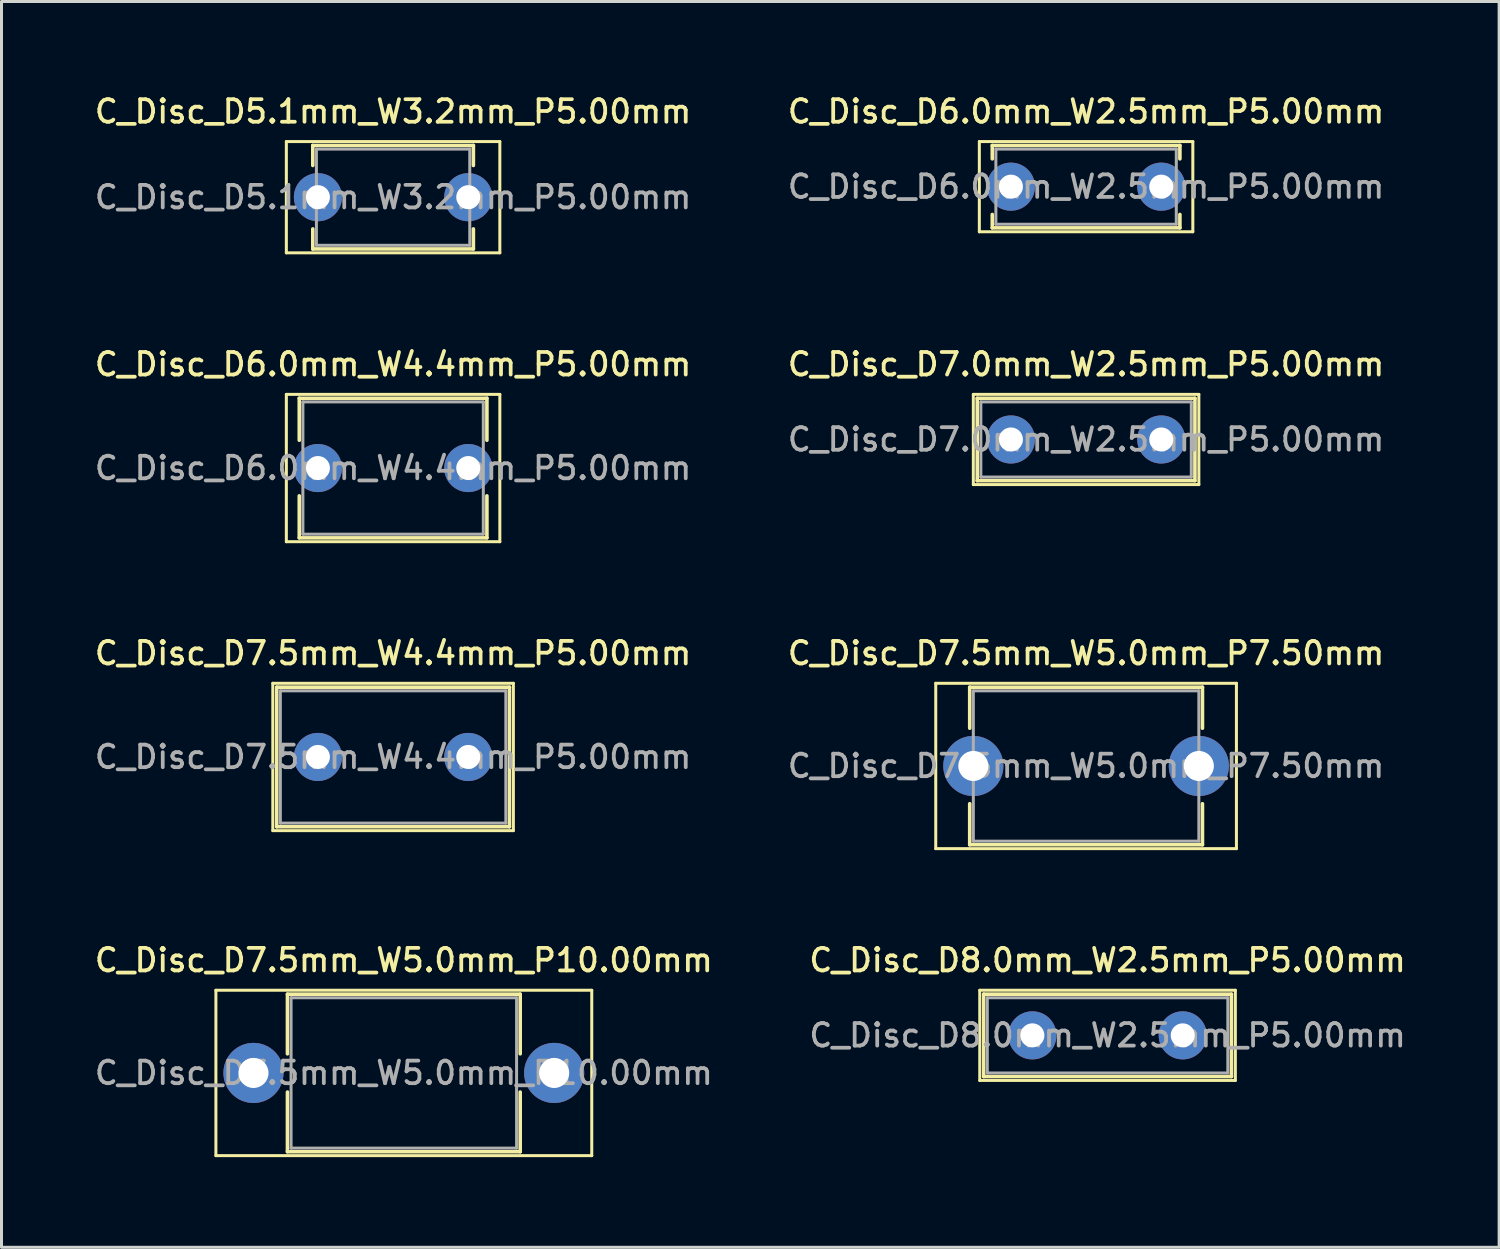
<source format=kicad_pcb>
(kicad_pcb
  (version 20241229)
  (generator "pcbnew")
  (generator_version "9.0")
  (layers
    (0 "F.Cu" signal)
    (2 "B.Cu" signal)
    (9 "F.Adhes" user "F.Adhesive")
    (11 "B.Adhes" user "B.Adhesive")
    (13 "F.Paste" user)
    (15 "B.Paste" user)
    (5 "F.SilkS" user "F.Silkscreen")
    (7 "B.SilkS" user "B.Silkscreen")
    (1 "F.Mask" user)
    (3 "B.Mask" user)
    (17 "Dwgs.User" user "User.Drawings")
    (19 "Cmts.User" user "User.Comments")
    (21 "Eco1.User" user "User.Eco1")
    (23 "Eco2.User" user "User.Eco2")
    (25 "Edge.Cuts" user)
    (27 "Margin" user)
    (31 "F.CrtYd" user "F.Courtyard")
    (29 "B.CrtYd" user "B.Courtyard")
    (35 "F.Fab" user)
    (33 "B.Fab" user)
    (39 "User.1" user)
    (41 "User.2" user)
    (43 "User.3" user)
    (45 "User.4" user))
  (footprint "C_Disc_D7.0mm_W2.5mm_P5.00mm"
    (layer "F.Cu")
    (at 30.57 11.566)
    (property "Reference" "C_Disc_D7.0mm_W2.5mm_P5.00mm" (at 2.5 -2.5 0) (layer "F.SilkS") (effects (font (size 0.75 0.75) (thickness 0.125))))
    (attr through_hole)
    (fp_line (start -1.25 -1.5) (end -1.25 1.5) (stroke (width 0.1) (type solid)) (layer "F.SilkS"))
    (fp_line (start -1.25 1.5) (end 6.25 1.5) (stroke (width 0.1) (type solid)) (layer "F.SilkS"))
    (fp_line (start -1.12 -1.37) (end -1.12 1.37) (stroke (width 0.12) (type solid)) (layer "F.SilkS"))
    (fp_line (start -1.12 -1.37) (end 6.12 -1.37) (stroke (width 0.12) (type solid)) (layer "F.SilkS"))
    (fp_line (start -1.12 1.37) (end 6.12 1.37) (stroke (width 0.12) (type solid)) (layer "F.SilkS"))
    (fp_line (start 6.12 -1.37) (end 6.12 1.37) (stroke (width 0.12) (type solid)) (layer "F.SilkS"))
    (fp_line (start 6.25 -1.5) (end -1.25 -1.5) (stroke (width 0.1) (type solid)) (layer "F.SilkS"))
    (fp_line (start 6.25 1.5) (end 6.25 -1.5) (stroke (width 0.1) (type solid)) (layer "F.SilkS"))
    (fp_line (start -1 -1.25) (end -1 1.25) (stroke (width 0.1) (type solid)) (layer "F.Fab"))
    (fp_line (start -1 1.25) (end 6 1.25) (stroke (width 0.1) (type solid)) (layer "F.Fab"))
    (fp_line (start 6 -1.25) (end -1 -1.25) (stroke (width 0.1) (type solid)) (layer "F.Fab"))
    (fp_line (start 6 1.25) (end 6 -1.25) (stroke (width 0.1) (type solid)) (layer "F.Fab"))
    (fp_text user "${REFERENCE}" (at 2.5 0 0) (layer "F.Fab") (effects (font (size 0.75 0.75) (thickness 0.125))))
    (pad "1" thru_hole circle (at 0 0) (size 1.6 1.6) (drill 0.8) (layers "*.Cu" "*.Mask"))
    (pad "2" thru_hole circle (at 5 0) (size 1.6 1.6) (drill 0.8) (layers "*.Cu" "*.Mask")))
  (footprint "C_Disc_D6.0mm_W4.4mm_P5.00mm"
    (layer "F.Cu")
    (at 7.523 12.516)
    (property "Reference" "C_Disc_D6.0mm_W4.4mm_P5.00mm" (at 2.5 -3.45 0) (layer "F.SilkS") (effects (font (size 0.75 0.75) (thickness 0.125))))
    (attr through_hole)
    (fp_line (start -1.05 -2.45) (end -1.05 2.45) (stroke (width 0.1) (type solid)) (layer "F.SilkS"))
    (fp_line (start -1.05 2.45) (end 6.05 2.45) (stroke (width 0.1) (type solid)) (layer "F.SilkS"))
    (fp_line (start -0.62 -2.321) (end -0.62 -0.925) (stroke (width 0.12) (type solid)) (layer "F.SilkS"))
    (fp_line (start -0.62 -2.321) (end 5.62 -2.321) (stroke (width 0.12) (type solid)) (layer "F.SilkS"))
    (fp_line (start -0.62 0.925) (end -0.62 2.321) (stroke (width 0.12) (type solid)) (layer "F.SilkS"))
    (fp_line (start -0.62 2.321) (end 5.62 2.321) (stroke (width 0.12) (type solid)) (layer "F.SilkS"))
    (fp_line (start 5.62 -2.321) (end 5.62 -0.925) (stroke (width 0.12) (type solid)) (layer "F.SilkS"))
    (fp_line (start 5.62 0.925) (end 5.62 2.321) (stroke (width 0.12) (type solid)) (layer "F.SilkS"))
    (fp_line (start 6.05 -2.45) (end -1.05 -2.45) (stroke (width 0.1) (type solid)) (layer "F.SilkS"))
    (fp_line (start 6.05 2.45) (end 6.05 -2.45) (stroke (width 0.1) (type solid)) (layer "F.SilkS"))
    (fp_line (start -0.5 -2.2) (end -0.5 2.2) (stroke (width 0.1) (type solid)) (layer "F.Fab"))
    (fp_line (start -0.5 2.2) (end 5.5 2.2) (stroke (width 0.1) (type solid)) (layer "F.Fab"))
    (fp_line (start 5.5 -2.2) (end -0.5 -2.2) (stroke (width 0.1) (type solid)) (layer "F.Fab"))
    (fp_line (start 5.5 2.2) (end 5.5 -2.2) (stroke (width 0.1) (type solid)) (layer "F.Fab"))
    (fp_text user "${REFERENCE}" (at 2.5 0 0) (layer "F.Fab") (effects (font (size 0.75 0.75) (thickness 0.125))))
    (pad "1" thru_hole circle (at 0 0) (size 1.6 1.6) (drill 0.8) (layers "*.Cu" "*.Mask"))
    (pad "2" thru_hole circle (at 5 0) (size 1.6 1.6) (drill 0.8) (layers "*.Cu" "*.Mask")))
  (footprint "C_Disc_D6.0mm_W2.5mm_P5.00mm"
    (layer "F.Cu")
    (at 30.57 3.158)
    (property "Reference" "C_Disc_D6.0mm_W2.5mm_P5.00mm" (at 2.5 -2.5 0) (layer "F.SilkS") (effects (font (size 0.75 0.75) (thickness 0.125))))
    (attr through_hole)
    (fp_line (start -1.05 -1.5) (end -1.05 1.5) (stroke (width 0.1) (type solid)) (layer "F.SilkS"))
    (fp_line (start -1.05 1.5) (end 6.05 1.5) (stroke (width 0.1) (type solid)) (layer "F.SilkS"))
    (fp_line (start -0.62 -1.37) (end -0.62 -0.925) (stroke (width 0.12) (type solid)) (layer "F.SilkS"))
    (fp_line (start -0.62 -1.37) (end 5.62 -1.37) (stroke (width 0.12) (type solid)) (layer "F.SilkS"))
    (fp_line (start -0.62 0.925) (end -0.62 1.37) (stroke (width 0.12) (type solid)) (layer "F.SilkS"))
    (fp_line (start -0.62 1.37) (end 5.62 1.37) (stroke (width 0.12) (type solid)) (layer "F.SilkS"))
    (fp_line (start 5.62 -1.37) (end 5.62 -0.925) (stroke (width 0.12) (type solid)) (layer "F.SilkS"))
    (fp_line (start 5.62 0.925) (end 5.62 1.37) (stroke (width 0.12) (type solid)) (layer "F.SilkS"))
    (fp_line (start 6.05 -1.5) (end -1.05 -1.5) (stroke (width 0.1) (type solid)) (layer "F.SilkS"))
    (fp_line (start 6.05 1.5) (end 6.05 -1.5) (stroke (width 0.1) (type solid)) (layer "F.SilkS"))
    (fp_line (start -0.5 -1.25) (end -0.5 1.25) (stroke (width 0.1) (type solid)) (layer "F.Fab"))
    (fp_line (start -0.5 1.25) (end 5.5 1.25) (stroke (width 0.1) (type solid)) (layer "F.Fab"))
    (fp_line (start 5.5 -1.25) (end -0.5 -1.25) (stroke (width 0.1) (type solid)) (layer "F.Fab"))
    (fp_line (start 5.5 1.25) (end 5.5 -1.25) (stroke (width 0.1) (type solid)) (layer "F.Fab"))
    (fp_text user "${REFERENCE}" (at 2.5 0 0) (layer "F.Fab") (effects (font (size 0.75 0.75) (thickness 0.125))))
    (pad "1" thru_hole circle (at 0 0) (size 1.6 1.6) (drill 0.8) (layers "*.Cu" "*.Mask"))
    (pad "2" thru_hole circle (at 5 0) (size 1.6 1.6) (drill 0.8) (layers "*.Cu" "*.Mask")))
  (footprint "C_Disc_D5.1mm_W3.2mm_P5.00mm"
    (layer "F.Cu")
    (at 7.523 3.508)
    (property "Reference" "C_Disc_D5.1mm_W3.2mm_P5.00mm" (at 2.5 -2.85 0) (layer "F.SilkS") (effects (font (size 0.75 0.75) (thickness 0.125))))
    (attr through_hole)
    (fp_line (start -1.05 -1.85) (end -1.05 1.85) (stroke (width 0.1) (type solid)) (layer "F.SilkS"))
    (fp_line (start -1.05 1.85) (end 6.05 1.85) (stroke (width 0.1) (type solid)) (layer "F.SilkS"))
    (fp_line (start -0.17 -1.721) (end -0.17 -1.055) (stroke (width 0.12) (type solid)) (layer "F.SilkS"))
    (fp_line (start -0.17 -1.721) (end 5.17 -1.721) (stroke (width 0.12) (type solid)) (layer "F.SilkS"))
    (fp_line (start -0.17 1.055) (end -0.17 1.721) (stroke (width 0.12) (type solid)) (layer "F.SilkS"))
    (fp_line (start -0.17 1.721) (end 5.17 1.721) (stroke (width 0.12) (type solid)) (layer "F.SilkS"))
    (fp_line (start 5.17 -1.721) (end 5.17 -1.055) (stroke (width 0.12) (type solid)) (layer "F.SilkS"))
    (fp_line (start 5.17 1.055) (end 5.17 1.721) (stroke (width 0.12) (type solid)) (layer "F.SilkS"))
    (fp_line (start 6.05 -1.85) (end -1.05 -1.85) (stroke (width 0.1) (type solid)) (layer "F.SilkS"))
    (fp_line (start 6.05 1.85) (end 6.05 -1.85) (stroke (width 0.1) (type solid)) (layer "F.SilkS"))
    (fp_line (start -0.05 -1.6) (end -0.05 1.6) (stroke (width 0.1) (type solid)) (layer "F.Fab"))
    (fp_line (start -0.05 1.6) (end 5.05 1.6) (stroke (width 0.1) (type solid)) (layer "F.Fab"))
    (fp_line (start 5.05 -1.6) (end -0.05 -1.6) (stroke (width 0.1) (type solid)) (layer "F.Fab"))
    (fp_line (start 5.05 1.6) (end 5.05 -1.6) (stroke (width 0.1) (type solid)) (layer "F.Fab"))
    (fp_text user "${REFERENCE}" (at 2.5 0 0) (layer "F.Fab") (effects (font (size 0.75 0.75) (thickness 0.125))))
    (pad "1" thru_hole circle (at 0 0) (size 1.6 1.6) (drill 0.8) (layers "*.Cu" "*.Mask"))
    (pad "2" thru_hole circle (at 5 0) (size 1.6 1.6) (drill 0.8) (layers "*.Cu" "*.Mask")))
  (footprint "C_Disc_D7.5mm_W5.0mm_P10.00mm"
    (layer "F.Cu")
    (at 5.38 32.633)
    (property "Reference" "C_Disc_D7.5mm_W5.0mm_P10.00mm" (at 5 -3.75 0) (layer "F.SilkS") (effects (font (size 0.75 0.75) (thickness 0.125))))
    (attr through_hole)
    (fp_line (start -1.25 -2.75) (end -1.25 2.75) (stroke (width 0.1) (type solid)) (layer "F.SilkS"))
    (fp_line (start -1.25 2.75) (end 11.25 2.75) (stroke (width 0.1) (type solid)) (layer "F.SilkS"))
    (fp_line (start 1.13 -2.62) (end 1.13 -0.636) (stroke (width 0.12) (type solid)) (layer "F.SilkS"))
    (fp_line (start 1.13 -2.62) (end 8.87 -2.62) (stroke (width 0.12) (type solid)) (layer "F.SilkS"))
    (fp_line (start 1.13 0.636) (end 1.13 2.62) (stroke (width 0.12) (type solid)) (layer "F.SilkS"))
    (fp_line (start 1.13 2.62) (end 8.87 2.62) (stroke (width 0.12) (type solid)) (layer "F.SilkS"))
    (fp_line (start 8.87 -2.62) (end 8.87 -0.636) (stroke (width 0.12) (type solid)) (layer "F.SilkS"))
    (fp_line (start 8.87 0.636) (end 8.87 2.62) (stroke (width 0.12) (type solid)) (layer "F.SilkS"))
    (fp_line (start 11.25 -2.75) (end -1.25 -2.75) (stroke (width 0.1) (type solid)) (layer "F.SilkS"))
    (fp_line (start 11.25 2.75) (end 11.25 -2.75) (stroke (width 0.1) (type solid)) (layer "F.SilkS"))
    (fp_line (start 1.25 -2.5) (end 1.25 2.5) (stroke (width 0.1) (type solid)) (layer "F.Fab"))
    (fp_line (start 1.25 2.5) (end 8.75 2.5) (stroke (width 0.1) (type solid)) (layer "F.Fab"))
    (fp_line (start 8.75 -2.5) (end 1.25 -2.5) (stroke (width 0.1) (type solid)) (layer "F.Fab"))
    (fp_line (start 8.75 2.5) (end 8.75 -2.5) (stroke (width 0.1) (type solid)) (layer "F.Fab"))
    (fp_text user "${REFERENCE}" (at 5 0 0) (layer "F.Fab") (effects (font (size 0.75 0.75) (thickness 0.125))))
    (pad "1" thru_hole circle (at 0 0) (size 2 2) (drill 1) (layers "*.Cu" "*.Mask"))
    (pad "2" thru_hole circle (at 10 0) (size 2 2) (drill 1) (layers "*.Cu" "*.Mask")))
  (footprint "C_Disc_D7.5mm_W4.4mm_P5.00mm"
    (layer "F.Cu")
    (at 7.523 22.124)
    (property "Reference" "C_Disc_D7.5mm_W4.4mm_P5.00mm" (at 2.5 -3.45 0) (layer "F.SilkS") (effects (font (size 0.75 0.75) (thickness 0.125))))
    (attr through_hole)
    (fp_line (start -1.5 -2.45) (end -1.5 2.45) (stroke (width 0.1) (type solid)) (layer "F.SilkS"))
    (fp_line (start -1.5 2.45) (end 6.5 2.45) (stroke (width 0.1) (type solid)) (layer "F.SilkS"))
    (fp_line (start -1.37 -2.321) (end -1.37 2.321) (stroke (width 0.12) (type solid)) (layer "F.SilkS"))
    (fp_line (start -1.37 -2.321) (end 6.37 -2.321) (stroke (width 0.12) (type solid)) (layer "F.SilkS"))
    (fp_line (start -1.37 2.321) (end 6.37 2.321) (stroke (width 0.12) (type solid)) (layer "F.SilkS"))
    (fp_line (start 6.37 -2.321) (end 6.37 2.321) (stroke (width 0.12) (type solid)) (layer "F.SilkS"))
    (fp_line (start 6.5 -2.45) (end -1.5 -2.45) (stroke (width 0.1) (type solid)) (layer "F.SilkS"))
    (fp_line (start 6.5 2.45) (end 6.5 -2.45) (stroke (width 0.1) (type solid)) (layer "F.SilkS"))
    (fp_line (start -1.25 -2.2) (end -1.25 2.2) (stroke (width 0.1) (type solid)) (layer "F.Fab"))
    (fp_line (start -1.25 2.2) (end 6.25 2.2) (stroke (width 0.1) (type solid)) (layer "F.Fab"))
    (fp_line (start 6.25 -2.2) (end -1.25 -2.2) (stroke (width 0.1) (type solid)) (layer "F.Fab"))
    (fp_line (start 6.25 2.2) (end 6.25 -2.2) (stroke (width 0.1) (type solid)) (layer "F.Fab"))
    (fp_text user "${REFERENCE}" (at 2.5 0 0) (layer "F.Fab") (effects (font (size 0.75 0.75) (thickness 0.125))))
    (pad "1" thru_hole circle (at 0 0) (size 1.6 1.6) (drill 0.8) (layers "*.Cu" "*.Mask"))
    (pad "2" thru_hole circle (at 5 0) (size 1.6 1.6) (drill 0.8) (layers "*.Cu" "*.Mask")))
  (footprint "C_Disc_D7.5mm_W5.0mm_P7.50mm"
    (layer "F.Cu")
    (at 29.32 22.424)
    (property "Reference" "C_Disc_D7.5mm_W5.0mm_P7.50mm" (at 3.75 -3.75 0) (layer "F.SilkS") (effects (font (size 0.75 0.75) (thickness 0.125))))
    (attr through_hole)
    (fp_line (start -1.25 -2.75) (end -1.25 2.75) (stroke (width 0.1) (type solid)) (layer "F.SilkS"))
    (fp_line (start -1.25 2.75) (end 8.75 2.75) (stroke (width 0.1) (type solid)) (layer "F.SilkS"))
    (fp_line (start -0.12 -2.62) (end -0.12 -1.256) (stroke (width 0.12) (type solid)) (layer "F.SilkS"))
    (fp_line (start -0.12 -2.62) (end 7.62 -2.62) (stroke (width 0.12) (type solid)) (layer "F.SilkS"))
    (fp_line (start -0.12 1.256) (end -0.12 2.62) (stroke (width 0.12) (type solid)) (layer "F.SilkS"))
    (fp_line (start -0.12 2.62) (end 7.62 2.62) (stroke (width 0.12) (type solid)) (layer "F.SilkS"))
    (fp_line (start 7.62 -2.62) (end 7.62 -1.256) (stroke (width 0.12) (type solid)) (layer "F.SilkS"))
    (fp_line (start 7.62 1.256) (end 7.62 2.62) (stroke (width 0.12) (type solid)) (layer "F.SilkS"))
    (fp_line (start 8.75 -2.75) (end -1.25 -2.75) (stroke (width 0.1) (type solid)) (layer "F.SilkS"))
    (fp_line (start 8.75 2.75) (end 8.75 -2.75) (stroke (width 0.1) (type solid)) (layer "F.SilkS"))
    (fp_line (start 0 -2.5) (end 0 2.5) (stroke (width 0.1) (type solid)) (layer "F.Fab"))
    (fp_line (start 0 2.5) (end 7.5 2.5) (stroke (width 0.1) (type solid)) (layer "F.Fab"))
    (fp_line (start 7.5 -2.5) (end 0 -2.5) (stroke (width 0.1) (type solid)) (layer "F.Fab"))
    (fp_line (start 7.5 2.5) (end 7.5 -2.5) (stroke (width 0.1) (type solid)) (layer "F.Fab"))
    (fp_text user "${REFERENCE}" (at 3.75 0 0) (layer "F.Fab") (effects (font (size 0.75 0.75) (thickness 0.125))))
    (pad "1" thru_hole circle (at 0 0) (size 2 2) (drill 1) (layers "*.Cu" "*.Mask"))
    (pad "2" thru_hole circle (at 7.5 0) (size 2 2) (drill 1) (layers "*.Cu" "*.Mask")))
  (footprint "C_Disc_D8.0mm_W2.5mm_P5.00mm"
    (layer "F.Cu")
    (at 31.284 31.383)
    (property "Reference" "C_Disc_D8.0mm_W2.5mm_P5.00mm" (at 2.5 -2.5 0) (layer "F.SilkS") (effects (font (size 0.75 0.75) (thickness 0.125))))
    (attr through_hole)
    (fp_line (start -1.75 -1.5) (end -1.75 1.5) (stroke (width 0.1) (type solid)) (layer "F.SilkS"))
    (fp_line (start -1.75 1.5) (end 6.75 1.5) (stroke (width 0.1) (type solid)) (layer "F.SilkS"))
    (fp_line (start -1.62 -1.37) (end -1.62 1.37) (stroke (width 0.12) (type solid)) (layer "F.SilkS"))
    (fp_line (start -1.62 -1.37) (end 6.62 -1.37) (stroke (width 0.12) (type solid)) (layer "F.SilkS"))
    (fp_line (start -1.62 1.37) (end 6.62 1.37) (stroke (width 0.12) (type solid)) (layer "F.SilkS"))
    (fp_line (start 6.62 -1.37) (end 6.62 1.37) (stroke (width 0.12) (type solid)) (layer "F.SilkS"))
    (fp_line (start 6.75 -1.5) (end -1.75 -1.5) (stroke (width 0.1) (type solid)) (layer "F.SilkS"))
    (fp_line (start 6.75 1.5) (end 6.75 -1.5) (stroke (width 0.1) (type solid)) (layer "F.SilkS"))
    (fp_line (start -1.5 -1.25) (end -1.5 1.25) (stroke (width 0.1) (type solid)) (layer "F.Fab"))
    (fp_line (start -1.5 1.25) (end 6.5 1.25) (stroke (width 0.1) (type solid)) (layer "F.Fab"))
    (fp_line (start 6.5 -1.25) (end -1.5 -1.25) (stroke (width 0.1) (type solid)) (layer "F.Fab"))
    (fp_line (start 6.5 1.25) (end 6.5 -1.25) (stroke (width 0.1) (type solid)) (layer "F.Fab"))
    (fp_text user "${REFERENCE}" (at 2.5 0 0) (layer "F.Fab") (effects (font (size 0.75 0.75) (thickness 0.125))))
    (pad "1" thru_hole circle (at 0 0) (size 1.6 1.6) (drill 0.8) (layers "*.Cu" "*.Mask"))
    (pad "2" thru_hole circle (at 5 0) (size 1.6 1.6) (drill 0.8) (layers "*.Cu" "*.Mask")))
  (gr_rect
    (start -3 -3)
    (end 46.807 38.432)
    (stroke (width 0.1) (type default))
    (fill no)
    (layer "Edge.Cuts")))
</source>
